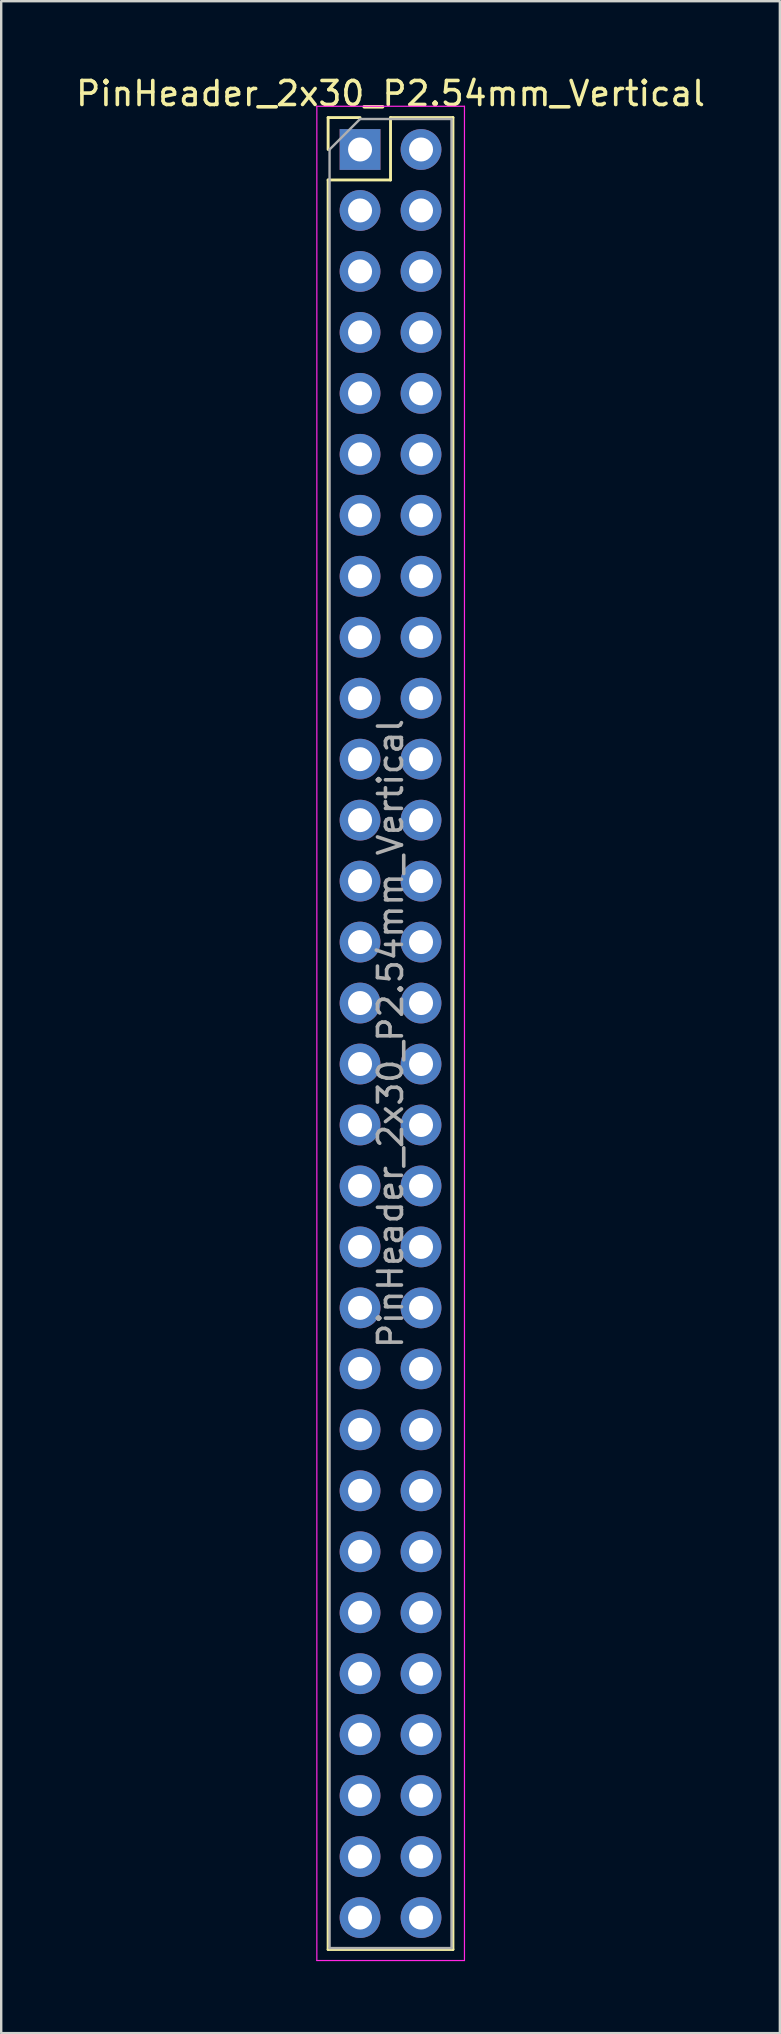
<source format=kicad_pcb>
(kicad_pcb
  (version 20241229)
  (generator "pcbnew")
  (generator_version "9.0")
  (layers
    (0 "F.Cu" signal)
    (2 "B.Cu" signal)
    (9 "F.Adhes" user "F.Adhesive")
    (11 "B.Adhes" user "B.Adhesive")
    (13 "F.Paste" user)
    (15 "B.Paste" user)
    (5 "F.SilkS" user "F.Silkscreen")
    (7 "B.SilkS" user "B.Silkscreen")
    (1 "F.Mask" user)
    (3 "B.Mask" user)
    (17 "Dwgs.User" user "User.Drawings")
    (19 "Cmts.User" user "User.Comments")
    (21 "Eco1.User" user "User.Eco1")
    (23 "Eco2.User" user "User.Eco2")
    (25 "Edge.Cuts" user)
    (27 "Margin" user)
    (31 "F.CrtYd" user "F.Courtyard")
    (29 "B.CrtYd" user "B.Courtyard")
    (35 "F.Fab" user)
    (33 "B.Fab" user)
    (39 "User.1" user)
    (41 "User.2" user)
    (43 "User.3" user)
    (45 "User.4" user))
  (footprint "PinHeader_2x30_P2.54mm_Vertical"
    (layer "F.Cu")
    (at 11.95 3.178)
    (property "Reference" "PinHeader_2x30_P2.54mm_Vertical" (at 1.27 -2.33 0) (layer "F.SilkS") (effects (font (size 1 1) (thickness 0.15))))
    (attr through_hole)
    (fp_line (start -1.33 -1.33) (end 0 -1.33) (stroke (width 0.12) (type solid)) (layer "F.SilkS"))
    (fp_line (start -1.33 0) (end -1.33 -1.33) (stroke (width 0.12) (type solid)) (layer "F.SilkS"))
    (fp_line (start -1.33 1.27) (end -1.33 74.99) (stroke (width 0.12) (type solid)) (layer "F.SilkS"))
    (fp_line (start -1.33 1.27) (end 1.27 1.27) (stroke (width 0.12) (type solid)) (layer "F.SilkS"))
    (fp_line (start -1.33 74.99) (end 3.87 74.99) (stroke (width 0.12) (type solid)) (layer "F.SilkS"))
    (fp_line (start 1.27 -1.33) (end 3.87 -1.33) (stroke (width 0.12) (type solid)) (layer "F.SilkS"))
    (fp_line (start 1.27 1.27) (end 1.27 -1.33) (stroke (width 0.12) (type solid)) (layer "F.SilkS"))
    (fp_line (start 3.87 -1.33) (end 3.87 74.99) (stroke (width 0.12) (type solid)) (layer "F.SilkS"))
    (fp_line (start -1.8 -1.8) (end -1.8 75.45) (stroke (width 0.05) (type solid)) (layer "F.CrtYd"))
    (fp_line (start -1.8 75.45) (end 4.35 75.45) (stroke (width 0.05) (type solid)) (layer "F.CrtYd"))
    (fp_line (start 4.35 -1.8) (end -1.8 -1.8) (stroke (width 0.05) (type solid)) (layer "F.CrtYd"))
    (fp_line (start 4.35 75.45) (end 4.35 -1.8) (stroke (width 0.05) (type solid)) (layer "F.CrtYd"))
    (fp_line (start -1.27 0) (end 0 -1.27) (stroke (width 0.1) (type solid)) (layer "F.Fab"))
    (fp_line (start -1.27 74.93) (end -1.27 0) (stroke (width 0.1) (type solid)) (layer "F.Fab"))
    (fp_line (start 0 -1.27) (end 3.81 -1.27) (stroke (width 0.1) (type solid)) (layer "F.Fab"))
    (fp_line (start 3.81 -1.27) (end 3.81 74.93) (stroke (width 0.1) (type solid)) (layer "F.Fab"))
    (fp_line (start 3.81 74.93) (end -1.27 74.93) (stroke (width 0.1) (type solid)) (layer "F.Fab"))
    (fp_text user "${REFERENCE}" (at 1.27 36.83 90) (layer "F.Fab") (effects (font (size 1 1) (thickness 0.15))))
    (pad "1" thru_hole rect (at 0 0) (size 1.7 1.7) (drill 1) (layers "*.Cu" "*.Mask"))
    (pad "2" thru_hole oval (at 2.54 0) (size 1.7 1.7) (drill 1) (layers "*.Cu" "*.Mask"))
    (pad "3" thru_hole oval (at 0 2.54) (size 1.7 1.7) (drill 1) (layers "*.Cu" "*.Mask"))
    (pad "4" thru_hole oval (at 2.54 2.54) (size 1.7 1.7) (drill 1) (layers "*.Cu" "*.Mask"))
    (pad "5" thru_hole oval (at 0 5.08) (size 1.7 1.7) (drill 1) (layers "*.Cu" "*.Mask"))
    (pad "6" thru_hole oval (at 2.54 5.08) (size 1.7 1.7) (drill 1) (layers "*.Cu" "*.Mask"))
    (pad "7" thru_hole oval (at 0 7.62) (size 1.7 1.7) (drill 1) (layers "*.Cu" "*.Mask"))
    (pad "8" thru_hole oval (at 2.54 7.62) (size 1.7 1.7) (drill 1) (layers "*.Cu" "*.Mask"))
    (pad "9" thru_hole oval (at 0 10.16) (size 1.7 1.7) (drill 1) (layers "*.Cu" "*.Mask"))
    (pad "10" thru_hole oval (at 2.54 10.16) (size 1.7 1.7) (drill 1) (layers "*.Cu" "*.Mask"))
    (pad "11" thru_hole oval (at 0 12.7) (size 1.7 1.7) (drill 1) (layers "*.Cu" "*.Mask"))
    (pad "12" thru_hole oval (at 2.54 12.7) (size 1.7 1.7) (drill 1) (layers "*.Cu" "*.Mask"))
    (pad "13" thru_hole oval (at 0 15.24) (size 1.7 1.7) (drill 1) (layers "*.Cu" "*.Mask"))
    (pad "14" thru_hole oval (at 2.54 15.24) (size 1.7 1.7) (drill 1) (layers "*.Cu" "*.Mask"))
    (pad "15" thru_hole oval (at 0 17.78) (size 1.7 1.7) (drill 1) (layers "*.Cu" "*.Mask"))
    (pad "16" thru_hole oval (at 2.54 17.78) (size 1.7 1.7) (drill 1) (layers "*.Cu" "*.Mask"))
    (pad "17" thru_hole oval (at 0 20.32) (size 1.7 1.7) (drill 1) (layers "*.Cu" "*.Mask"))
    (pad "18" thru_hole oval (at 2.54 20.32) (size 1.7 1.7) (drill 1) (layers "*.Cu" "*.Mask"))
    (pad "19" thru_hole oval (at 0 22.86) (size 1.7 1.7) (drill 1) (layers "*.Cu" "*.Mask"))
    (pad "20" thru_hole oval (at 2.54 22.86) (size 1.7 1.7) (drill 1) (layers "*.Cu" "*.Mask"))
    (pad "21" thru_hole oval (at 0 25.4) (size 1.7 1.7) (drill 1) (layers "*.Cu" "*.Mask"))
    (pad "22" thru_hole oval (at 2.54 25.4) (size 1.7 1.7) (drill 1) (layers "*.Cu" "*.Mask"))
    (pad "23" thru_hole oval (at 0 27.94) (size 1.7 1.7) (drill 1) (layers "*.Cu" "*.Mask"))
    (pad "24" thru_hole oval (at 2.54 27.94) (size 1.7 1.7) (drill 1) (layers "*.Cu" "*.Mask"))
    (pad "25" thru_hole oval (at 0 30.48) (size 1.7 1.7) (drill 1) (layers "*.Cu" "*.Mask"))
    (pad "26" thru_hole oval (at 2.54 30.48) (size 1.7 1.7) (drill 1) (layers "*.Cu" "*.Mask"))
    (pad "27" thru_hole oval (at 0 33.02) (size 1.7 1.7) (drill 1) (layers "*.Cu" "*.Mask"))
    (pad "28" thru_hole oval (at 2.54 33.02) (size 1.7 1.7) (drill 1) (layers "*.Cu" "*.Mask"))
    (pad "29" thru_hole oval (at 0 35.56) (size 1.7 1.7) (drill 1) (layers "*.Cu" "*.Mask"))
    (pad "30" thru_hole oval (at 2.54 35.56) (size 1.7 1.7) (drill 1) (layers "*.Cu" "*.Mask"))
    (pad "31" thru_hole oval (at 0 38.1) (size 1.7 1.7) (drill 1) (layers "*.Cu" "*.Mask"))
    (pad "32" thru_hole oval (at 2.54 38.1) (size 1.7 1.7) (drill 1) (layers "*.Cu" "*.Mask"))
    (pad "33" thru_hole oval (at 0 40.64) (size 1.7 1.7) (drill 1) (layers "*.Cu" "*.Mask"))
    (pad "34" thru_hole oval (at 2.54 40.64) (size 1.7 1.7) (drill 1) (layers "*.Cu" "*.Mask"))
    (pad "35" thru_hole oval (at 0 43.18) (size 1.7 1.7) (drill 1) (layers "*.Cu" "*.Mask"))
    (pad "36" thru_hole oval (at 2.54 43.18) (size 1.7 1.7) (drill 1) (layers "*.Cu" "*.Mask"))
    (pad "37" thru_hole oval (at 0 45.72) (size 1.7 1.7) (drill 1) (layers "*.Cu" "*.Mask"))
    (pad "38" thru_hole oval (at 2.54 45.72) (size 1.7 1.7) (drill 1) (layers "*.Cu" "*.Mask"))
    (pad "39" thru_hole oval (at 0 48.26) (size 1.7 1.7) (drill 1) (layers "*.Cu" "*.Mask"))
    (pad "40" thru_hole oval (at 2.54 48.26) (size 1.7 1.7) (drill 1) (layers "*.Cu" "*.Mask"))
    (pad "41" thru_hole oval (at 0 50.8) (size 1.7 1.7) (drill 1) (layers "*.Cu" "*.Mask"))
    (pad "42" thru_hole oval (at 2.54 50.8) (size 1.7 1.7) (drill 1) (layers "*.Cu" "*.Mask"))
    (pad "43" thru_hole oval (at 0 53.34) (size 1.7 1.7) (drill 1) (layers "*.Cu" "*.Mask"))
    (pad "44" thru_hole oval (at 2.54 53.34) (size 1.7 1.7) (drill 1) (layers "*.Cu" "*.Mask"))
    (pad "45" thru_hole oval (at 0 55.88) (size 1.7 1.7) (drill 1) (layers "*.Cu" "*.Mask"))
    (pad "46" thru_hole oval (at 2.54 55.88) (size 1.7 1.7) (drill 1) (layers "*.Cu" "*.Mask"))
    (pad "47" thru_hole oval (at 0 58.42) (size 1.7 1.7) (drill 1) (layers "*.Cu" "*.Mask"))
    (pad "48" thru_hole oval (at 2.54 58.42) (size 1.7 1.7) (drill 1) (layers "*.Cu" "*.Mask"))
    (pad "49" thru_hole oval (at 0 60.96) (size 1.7 1.7) (drill 1) (layers "*.Cu" "*.Mask"))
    (pad "50" thru_hole oval (at 2.54 60.96) (size 1.7 1.7) (drill 1) (layers "*.Cu" "*.Mask"))
    (pad "51" thru_hole oval (at 0 63.5) (size 1.7 1.7) (drill 1) (layers "*.Cu" "*.Mask"))
    (pad "52" thru_hole oval (at 2.54 63.5) (size 1.7 1.7) (drill 1) (layers "*.Cu" "*.Mask"))
    (pad "53" thru_hole oval (at 0 66.04) (size 1.7 1.7) (drill 1) (layers "*.Cu" "*.Mask"))
    (pad "54" thru_hole oval (at 2.54 66.04) (size 1.7 1.7) (drill 1) (layers "*.Cu" "*.Mask"))
    (pad "55" thru_hole oval (at 0 68.58) (size 1.7 1.7) (drill 1) (layers "*.Cu" "*.Mask"))
    (pad "56" thru_hole oval (at 2.54 68.58) (size 1.7 1.7) (drill 1) (layers "*.Cu" "*.Mask"))
    (pad "57" thru_hole oval (at 0 71.12) (size 1.7 1.7) (drill 1) (layers "*.Cu" "*.Mask"))
    (pad "58" thru_hole oval (at 2.54 71.12) (size 1.7 1.7) (drill 1) (layers "*.Cu" "*.Mask"))
    (pad "59" thru_hole oval (at 0 73.66) (size 1.7 1.7) (drill 1) (layers "*.Cu" "*.Mask"))
    (pad "60" thru_hole oval (at 2.54 73.66) (size 1.7 1.7) (drill 1) (layers "*.Cu" "*.Mask")))
  (gr_rect
    (start -3 -3)
    (end 29.44 81.653)
    (stroke (width 0.1) (type default))
    (fill no)
    (layer "Edge.Cuts")))
</source>
